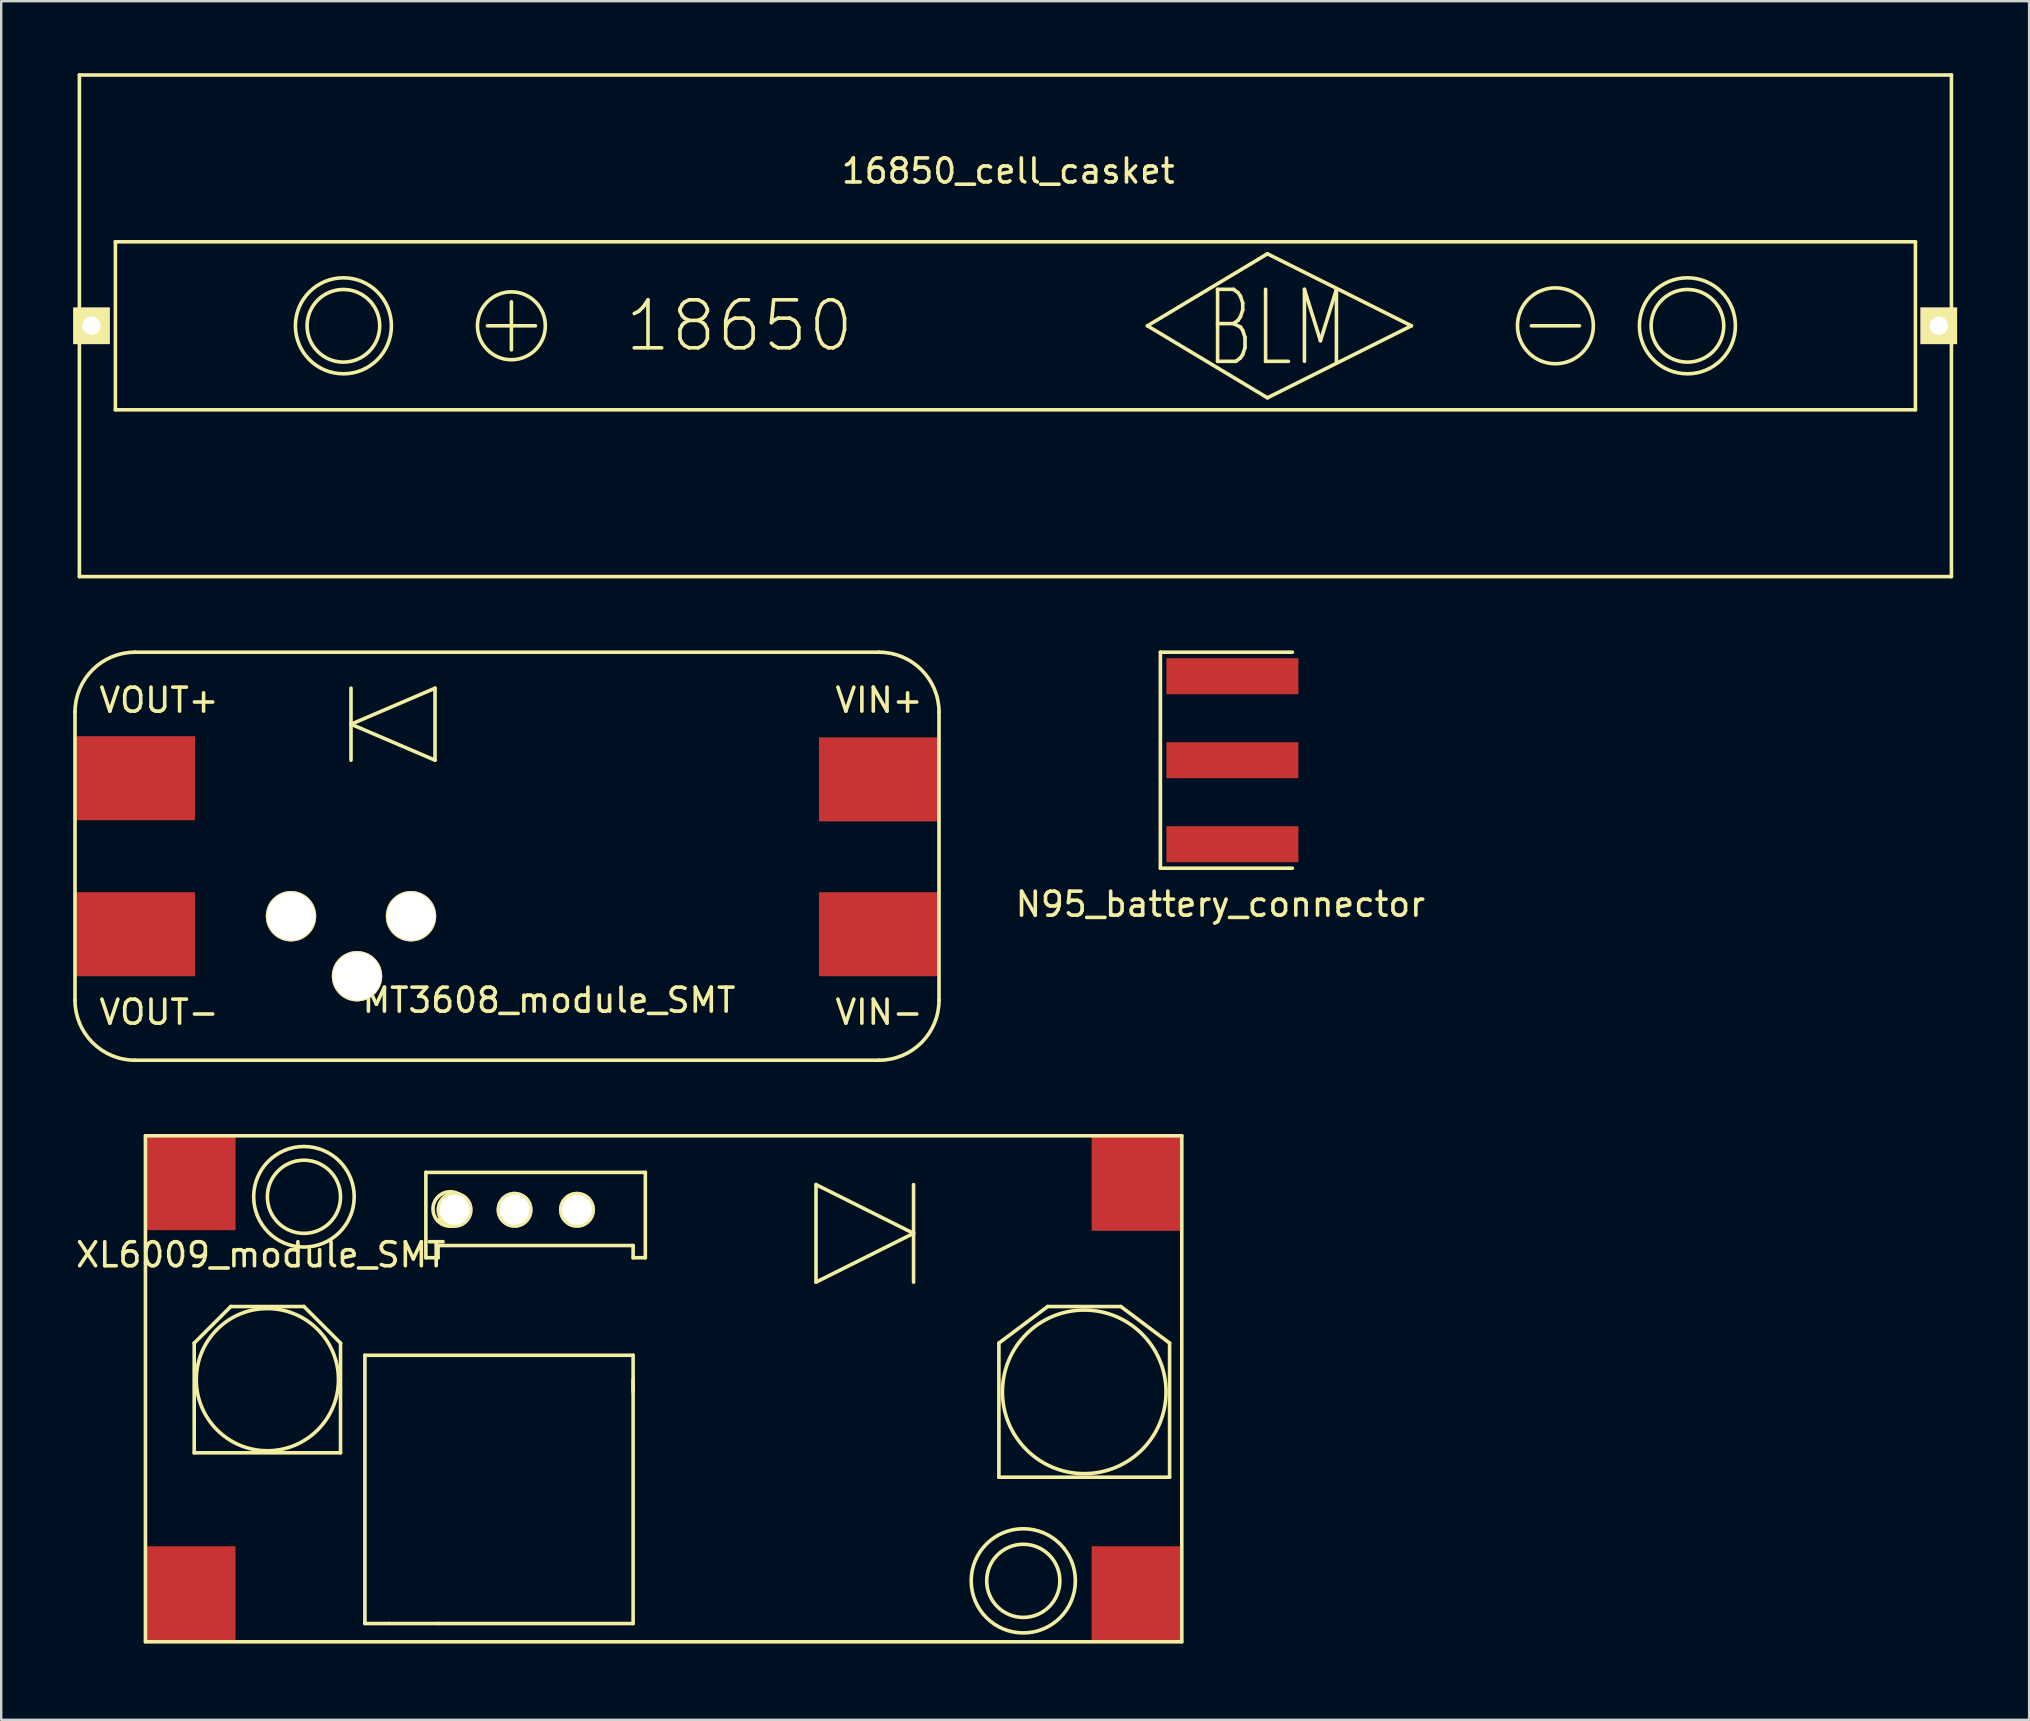
<source format=kicad_pcb>
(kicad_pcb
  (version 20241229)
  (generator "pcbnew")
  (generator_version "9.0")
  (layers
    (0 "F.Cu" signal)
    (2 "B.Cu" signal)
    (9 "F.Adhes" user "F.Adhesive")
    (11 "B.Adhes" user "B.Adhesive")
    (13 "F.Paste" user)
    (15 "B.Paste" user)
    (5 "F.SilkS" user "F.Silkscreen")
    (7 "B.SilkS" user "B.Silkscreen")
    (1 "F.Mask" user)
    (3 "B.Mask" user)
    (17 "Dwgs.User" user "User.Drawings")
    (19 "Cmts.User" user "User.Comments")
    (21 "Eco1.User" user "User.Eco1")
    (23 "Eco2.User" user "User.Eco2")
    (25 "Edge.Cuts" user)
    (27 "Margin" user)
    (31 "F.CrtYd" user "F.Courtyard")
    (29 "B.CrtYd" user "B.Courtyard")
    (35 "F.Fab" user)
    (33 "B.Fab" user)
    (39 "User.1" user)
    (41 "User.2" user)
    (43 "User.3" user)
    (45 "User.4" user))
  (footprint "MT3608_module_SMT"
    (layer "F.Cu")
    (at 19.575 32.625)
    (property "Reference" "MT3608_module_SMT" (at 0.25 6 180) (layer "F.SilkS") (effects (font (size 1 1) (thickness 0.15))))
    (attr through_hole)
    (fp_line (start -19.5 -6) (end -19.5 6) (stroke (width 0.15) (type solid)) (layer "F.SilkS"))
    (fp_line (start -17 8.5) (end 14 8.5) (stroke (width 0.15) (type solid)) (layer "F.SilkS"))
    (fp_line (start -8 -7) (end -8 -4) (stroke (width 0.15) (type solid)) (layer "F.SilkS"))
    (fp_line (start -8 -5.5) (end -4.5 -7) (stroke (width 0.15) (type solid)) (layer "F.SilkS"))
    (fp_line (start -4.5 -7) (end -4.5 -4) (stroke (width 0.15) (type solid)) (layer "F.SilkS"))
    (fp_line (start -4.5 -4) (end -8 -5.5) (stroke (width 0.15) (type solid)) (layer "F.SilkS"))
    (fp_line (start 14 -8.5) (end -17 -8.5) (stroke (width 0.15) (type solid)) (layer "F.SilkS"))
    (fp_line (start 16.5 6) (end 16.5 -6) (stroke (width 0.15) (type solid)) (layer "F.SilkS"))
    (fp_arc (start -19.5 -6) (mid -18.767767 -7.767767) (end -17 -8.5) (stroke (width 0.15) (type solid)) (layer "F.SilkS"))
    (fp_arc (start -17 8.5) (mid -18.767767 7.767767) (end -19.5 6) (stroke (width 0.15) (type solid)) (layer "F.SilkS"))
    (fp_arc (start 14 -8.5) (mid 15.767767 -7.767767) (end 16.5 -6) (stroke (width 0.15) (type solid)) (layer "F.SilkS"))
    (fp_arc (start 16.5 6) (mid 15.767767 7.767767) (end 14 8.5) (stroke (width 0.15) (type solid)) (layer "F.SilkS"))
    (fp_text user "VOUT+" (at -16 -6.5 0) (layer "F.SilkS") (effects (font (size 1 1) (thickness 0.15))))
    (fp_text user "VIN+" (at 14 -6.5 0) (layer "F.SilkS") (effects (font (size 1 1) (thickness 0.15))))
    (fp_text user "VIN-" (at 14 6.5 0) (layer "F.SilkS") (effects (font (size 1 1) (thickness 0.15))))
    (fp_text user "VOUT-" (at -16 6.5 0) (layer "F.SilkS") (effects (font (size 1 1) (thickness 0.15))))
    (pad "" thru_hole circle (at -10.5 2.5) (size 2.1 2.1) (drill 2) (layers "*.Cu" "*.Mask" "F.SilkS"))
    (pad "" thru_hole circle (at -7.75 5) (size 2.1 2.1) (drill 2) (layers "*.Cu" "*.Mask" "F.SilkS"))
    (pad "" thru_hole circle (at -5.5 2.5) (size 2.1 2.1) (drill 2) (layers "*.Cu" "*.Mask" "F.SilkS"))
    (pad "1" smd rect (at 14 -3.2 180) (size 5 3.5) (layers "F.Cu" "F.Mask" "F.Paste"))
    (pad "2" smd rect (at 14 3.25 180) (size 5 3.5) (layers "F.Cu" "F.Mask" "F.Paste"))
    (pad "3" smd rect (at -17 3.25 180) (size 5 3.5) (layers "F.Cu" "F.Mask" "F.Paste"))
    (pad "4" smd rect (at -17 -3.25 180) (size 5 3.5) (layers "F.Cu" "F.Mask" "F.Paste")))
  (footprint "N95_battery_connector"
    (layer "F.Cu")
    (at 48.299 28.625)
    (property "Reference" "N95_battery_connector" (at -0.5 6 0) (layer "F.SilkS") (effects (font (size 1 1) (thickness 0.15))))
    (attr through_hole)
    (fp_line (start -3 -4.5) (end -3 4.5) (stroke (width 0.15) (type solid)) (layer "F.SilkS"))
    (fp_line (start -3 4.5) (end 2.5 4.5) (stroke (width 0.15) (type solid)) (layer "F.SilkS"))
    (fp_line (start 2.5 -4.5) (end -3 -4.5) (stroke (width 0.15) (type solid)) (layer "F.SilkS"))
    (pad "1" smd rect (at 0 3.5) (size 5.5 1.5) (layers "F.Cu" "F.Mask" "F.Paste"))
    (pad "2" smd rect (at 0 0) (size 5.5 1.5) (layers "F.Cu" "F.Mask" "F.Paste"))
    (pad "3" smd rect (at 0 -3.5) (size 5.5 1.5) (layers "F.Cu" "F.Mask" "F.Paste")))
  (footprint "XL6009_module_SMT"
    (layer "F.Cu")
    (at 46.19 65.357)
    (property "Reference" "XL6009_module_SMT" (at -38.375 -16.125 0) (layer "F.SilkS") (effects (font (size 1 1) (thickness 0.15))))
    (attr through_hole)
    (fp_line (start -43.18 -21.082) (end 0 -21.082) (stroke (width 0.15) (type solid)) (layer "F.SilkS"))
    (fp_line (start -43.18 0) (end -43.18 -21.082) (stroke (width 0.15) (type solid)) (layer "F.SilkS"))
    (fp_line (start -41.148 -12.446) (end -41.148 -7.874) (stroke (width 0.15) (type solid)) (layer "F.SilkS"))
    (fp_line (start -41.148 -7.874) (end -35.052 -7.874) (stroke (width 0.15) (type solid)) (layer "F.SilkS"))
    (fp_line (start -39.624 -13.97) (end -41.148 -12.446) (stroke (width 0.15) (type solid)) (layer "F.SilkS"))
    (fp_line (start -36.576 -13.97) (end -39.624 -13.97) (stroke (width 0.15) (type solid)) (layer "F.SilkS"))
    (fp_line (start -35.052 -12.446) (end -36.576 -13.97) (stroke (width 0.15) (type solid)) (layer "F.SilkS"))
    (fp_line (start -35.052 -7.874) (end -35.052 -12.446) (stroke (width 0.15) (type solid)) (layer "F.SilkS"))
    (fp_line (start -34.036 -11.938) (end -22.86 -11.938) (stroke (width 0.15) (type solid)) (layer "F.SilkS"))
    (fp_line (start -34.036 -0.762) (end -34.036 -11.938) (stroke (width 0.15) (type solid)) (layer "F.SilkS"))
    (fp_line (start -33.02 -0.762) (end -34.036 -0.762) (stroke (width 0.15) (type solid)) (layer "F.SilkS"))
    (fp_line (start -31.496 -19.558) (end -31.496 -16.002) (stroke (width 0.15) (type solid)) (layer "F.SilkS"))
    (fp_line (start -31.496 -16.002) (end -30.988 -16.002) (stroke (width 0.15) (type solid)) (layer "F.SilkS"))
    (fp_line (start -30.988 -17.526) (end -29.972 -18.542) (stroke (width 0.15) (type solid)) (layer "F.SilkS"))
    (fp_line (start -30.988 -16.51) (end -22.86 -16.51) (stroke (width 0.15) (type solid)) (layer "F.SilkS"))
    (fp_line (start -30.988 -16.002) (end -30.988 -16.51) (stroke (width 0.15) (type solid)) (layer "F.SilkS"))
    (fp_line (start -30.988 -0.762) (end -33.02 -0.762) (stroke (width 0.15) (type solid)) (layer "F.SilkS"))
    (fp_line (start -22.86 -16.51) (end -22.86 -16.002) (stroke (width 0.15) (type solid)) (layer "F.SilkS"))
    (fp_line (start -22.86 -16.002) (end -22.352 -16.002) (stroke (width 0.15) (type solid)) (layer "F.SilkS"))
    (fp_line (start -22.86 -11.938) (end -22.86 -10.414) (stroke (width 0.15) (type solid)) (layer "F.SilkS"))
    (fp_line (start -22.86 -10.922) (end -22.86 -0.762) (stroke (width 0.15) (type solid)) (layer "F.SilkS"))
    (fp_line (start -22.86 -0.762) (end -30.988 -0.762) (stroke (width 0.15) (type solid)) (layer "F.SilkS"))
    (fp_line (start -22.352 -19.558) (end -31.496 -19.558) (stroke (width 0.15) (type solid)) (layer "F.SilkS"))
    (fp_line (start -22.352 -16.002) (end -22.352 -19.558) (stroke (width 0.15) (type solid)) (layer "F.SilkS"))
    (fp_line (start -15.24 -19.05) (end -15.24 -14.986) (stroke (width 0.15) (type solid)) (layer "F.SilkS"))
    (fp_line (start -15.24 -14.986) (end -11.176 -17.018) (stroke (width 0.15) (type solid)) (layer "F.SilkS"))
    (fp_line (start -11.176 -19.05) (end -11.176 -14.986) (stroke (width 0.15) (type solid)) (layer "F.SilkS"))
    (fp_line (start -11.176 -17.018) (end -15.24 -19.05) (stroke (width 0.15) (type solid)) (layer "F.SilkS"))
    (fp_line (start -7.62 -12.446) (end -5.588 -13.97) (stroke (width 0.15) (type solid)) (layer "F.SilkS"))
    (fp_line (start -7.62 -6.858) (end -7.62 -12.446) (stroke (width 0.15) (type solid)) (layer "F.SilkS"))
    (fp_line (start -5.588 -13.97) (end -2.54 -13.97) (stroke (width 0.15) (type solid)) (layer "F.SilkS"))
    (fp_line (start -2.54 -13.97) (end -0.508 -12.446) (stroke (width 0.15) (type solid)) (layer "F.SilkS"))
    (fp_line (start -0.508 -12.446) (end -0.508 -6.858) (stroke (width 0.15) (type solid)) (layer "F.SilkS"))
    (fp_line (start -0.508 -6.858) (end -7.62 -6.858) (stroke (width 0.15) (type solid)) (layer "F.SilkS"))
    (fp_line (start 0 0) (end -43.18 0) (stroke (width 0.15) (type solid)) (layer "F.SilkS"))
    (fp_line (start 0 0) (end 0 -21.082) (stroke (width 0.15) (type solid)) (layer "F.SilkS"))
    (fp_circle (center -38.1 -10.922) (end -35.56 -12.446) (stroke (width 0.15) (type solid)) (fill no) (layer "F.SilkS"))
    (fp_circle (center -36.576 -18.542) (end -37.084 -20.574) (stroke (width 0.15) (type solid)) (fill no) (layer "F.SilkS"))
    (fp_circle (center -36.576 -18.542) (end -36.576 -20.066) (stroke (width 0.15) (type solid)) (fill no) (layer "F.SilkS"))
    (fp_circle (center -30.48 -18.034) (end -29.972 -18.542) (stroke (width 0.15) (type solid)) (fill no) (layer "F.SilkS"))
    (fp_circle (center -6.604 -2.54) (end -6.604 -1.016) (stroke (width 0.15) (type solid)) (fill no) (layer "F.SilkS"))
    (fp_circle (center -6.604 -2.54) (end -5.842 -0.508) (stroke (width 0.15) (type solid)) (fill no) (layer "F.SilkS"))
    (fp_circle (center -4.064 -10.414) (end -1.016 -11.938) (stroke (width 0.15) (type solid)) (fill no) (layer "F.SilkS"))
    (pad "" thru_hole circle (at -30.3 -18) (size 1.5 1.5) (drill 1.25) (layers "*.Cu" "*.Mask" "F.SilkS"))
    (pad "" thru_hole circle (at -27.8 -18) (size 1.5 1.5) (drill 1.25) (layers "*.Cu" "*.Mask" "F.SilkS"))
    (pad "" thru_hole circle (at -25.2 -18) (size 1.5 1.5) (drill 1.25) (layers "*.Cu" "*.Mask" "F.SilkS"))
    (pad "1" smd rect (at -41.326 -19.152) (size 3.8 4) (layers "F.Cu" "F.Mask" "F.Paste"))
    (pad "2" smd rect (at -41.326 -1.981) (size 3.8 4) (layers "F.Cu" "F.Mask" "F.Paste"))
    (pad "3" smd rect (at -1.854 -1.981) (size 3.8 4) (layers "F.Cu" "F.Mask" "F.Paste"))
    (pad "4" smd rect (at -1.854 -19.126) (size 3.8 4) (layers "F.Cu" "F.Mask" "F.Paste")))
  (footprint "16850_cell_casket"
    (layer "F.Cu")
    (at 0.258 10.525)
    (property "Reference" "16850_cell_casket" (at 38.7 -6.45 0) (layer "F.SilkS") (effects (font (size 1 1) (thickness 0.15))))
    (attr through_hole)
    (fp_line (start 0 -10.45) (end 78 -10.45) (stroke (width 0.15) (type solid)) (layer "F.SilkS"))
    (fp_line (start 0 10.45) (end 0 -10.45) (stroke (width 0.15) (type solid)) (layer "F.SilkS"))
    (fp_line (start 1.5 -3.5) (end 76.5 -3.5) (stroke (width 0.15) (type solid)) (layer "F.SilkS"))
    (fp_line (start 1.5 3.5) (end 1.5 -3.5) (stroke (width 0.15) (type solid)) (layer "F.SilkS"))
    (fp_line (start 17 0) (end 19 0) (stroke (width 0.15) (type solid)) (layer "F.SilkS"))
    (fp_line (start 18 -1) (end 18 1) (stroke (width 0.15) (type solid)) (layer "F.SilkS"))
    (fp_line (start 49.5 -3) (end 44.5 0) (stroke (width 0.15) (type solid)) (layer "F.SilkS"))
    (fp_line (start 49.5 -3) (end 55.5 0) (stroke (width 0.15) (type solid)) (layer "F.SilkS"))
    (fp_line (start 49.5 3) (end 44.5 0) (stroke (width 0.15) (type solid)) (layer "F.SilkS"))
    (fp_line (start 55.5 0) (end 49.5 3) (stroke (width 0.15) (type solid)) (layer "F.SilkS"))
    (fp_line (start 60.5 0) (end 62.5 0) (stroke (width 0.15) (type solid)) (layer "F.SilkS"))
    (fp_line (start 76.5 -3.5) (end 76.5 3.5) (stroke (width 0.15) (type solid)) (layer "F.SilkS"))
    (fp_line (start 76.5 3.5) (end 1.5 3.5) (stroke (width 0.15) (type solid)) (layer "F.SilkS"))
    (fp_line (start 78 -10.45) (end 78 10.45) (stroke (width 0.15) (type solid)) (layer "F.SilkS"))
    (fp_line (start 78 10.45) (end 0 10.45) (stroke (width 0.15) (type solid)) (layer "F.SilkS"))
    (fp_circle (center 11 0) (end 10.8 -1.5) (stroke (width 0.15) (type solid)) (fill no) (layer "F.SilkS"))
    (fp_circle (center 11 0) (end 11 -2) (stroke (width 0.15) (type solid)) (fill no) (layer "F.SilkS"))
    (fp_circle (center 18 0) (end 19 -1) (stroke (width 0.15) (type solid)) (fill no) (layer "F.SilkS"))
    (fp_circle (center 61.5 0) (end 63 -0.5) (stroke (width 0.15) (type solid)) (fill no) (layer "F.SilkS"))
    (fp_circle (center 67 0) (end 66.8 -1.5) (stroke (width 0.15) (type solid)) (fill no) (layer "F.SilkS"))
    (fp_circle (center 67 0) (end 67 -2) (stroke (width 0.15) (type solid)) (fill no) (layer "F.SilkS"))
    (fp_text user "18650" (at 27.5 0 0) (layer "F.SilkS") (effects (font (size 2 2) (thickness 0.15))))
    (fp_text user "BLM" (at 49.9 0.1 0) (layer "F.SilkS") (effects (font (size 3 2) (thickness 0.15))))
    (pad "1" thru_hole rect (at 0.504 0) (size 1.524 1.524) (drill 0.762) (layers "*.Cu" "*.Mask" "F.SilkS"))
    (pad "2" thru_hole rect (at 77.474 0) (size 1.524 1.524) (drill 0.762) (layers "*.Cu" "*.Mask" "F.SilkS")))
  (gr_rect
    (start -3 -3)
    (end 81.494 68.607)
    (stroke (width 0.1) (type default))
    (fill no)
    (layer "Edge.Cuts")))
</source>
